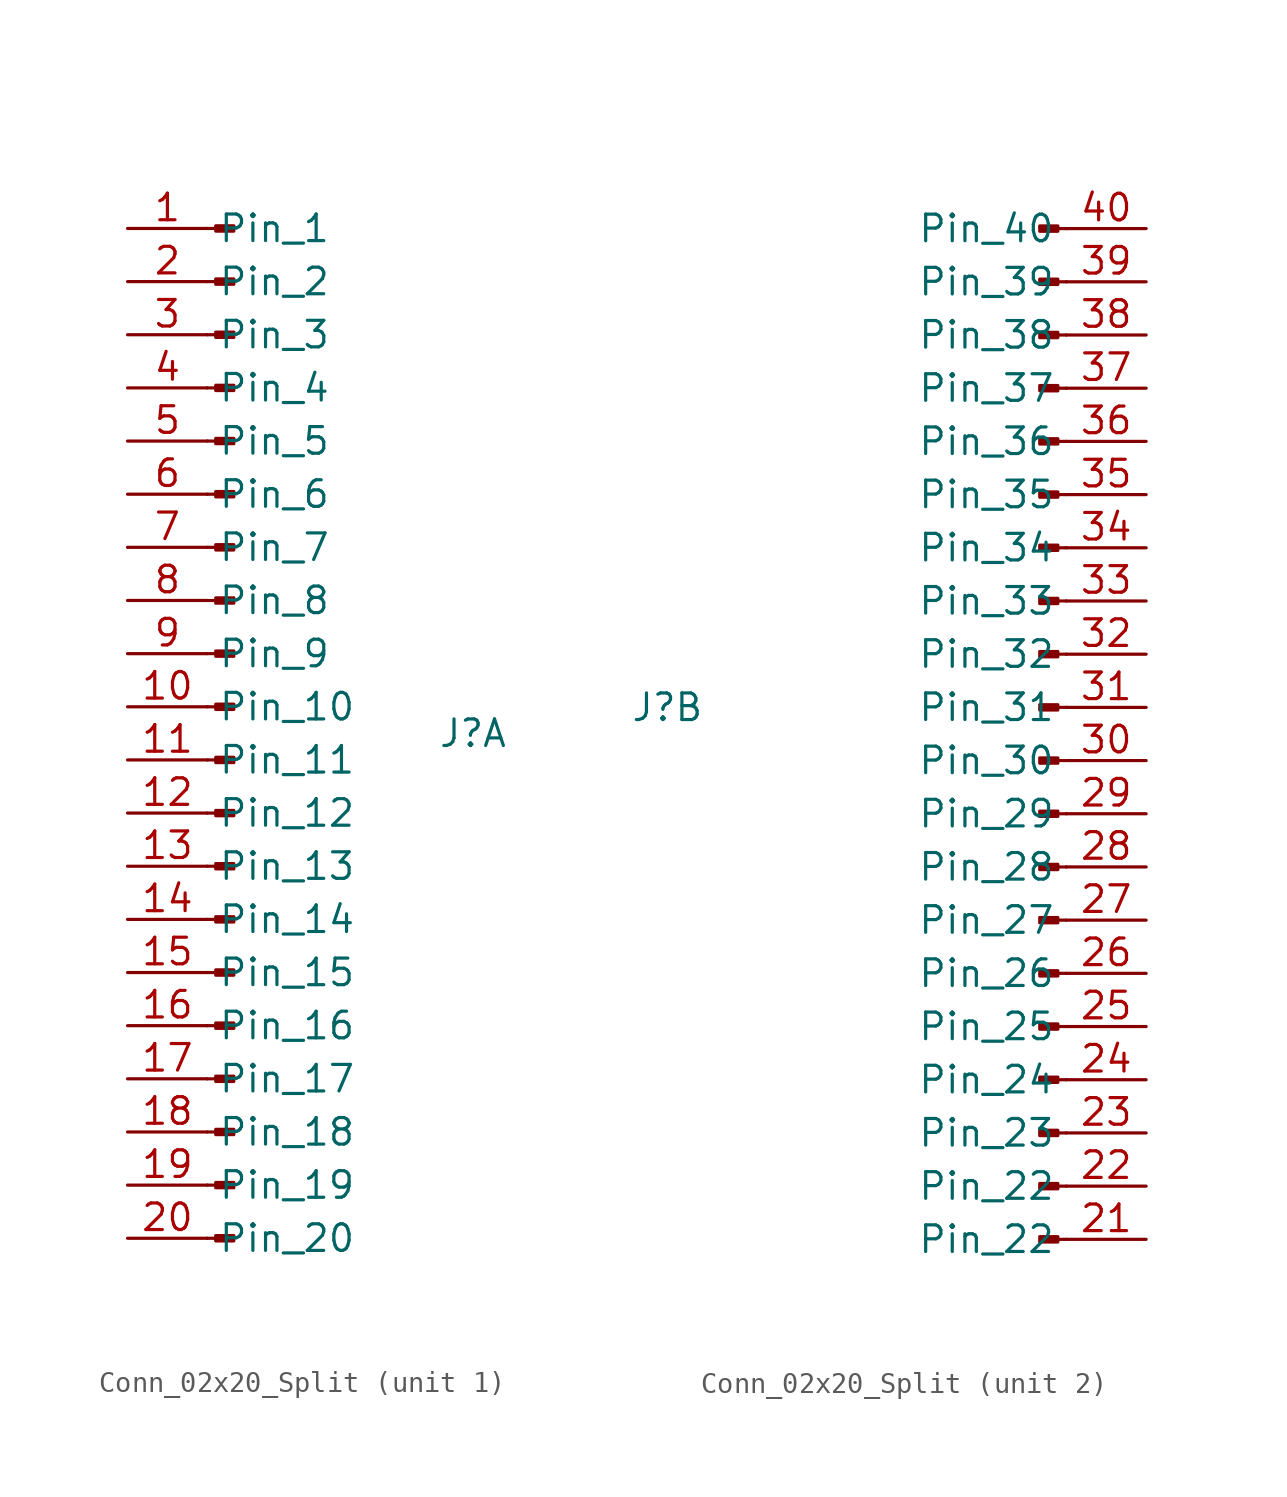
<source format=kicad_sym>
(kicad_symbol_lib
  (version 20241209)
  (generator "kicad_symbol_editor")
  (generator_version "9.0")
  (symbol "Conn_02x20_Split"
    (property "Reference" "J"
      (at 0 0 0)
      (effects (font (size 1.27 1.27))))
    (property "Value" ""
      (at 0 0 0)
      (effects (font (size 1.27 1.27))))
    (property "ki_locked" ""
      (at 0 0 0)
      (effects (font (size 1.27 1.27))))
    (symbol "Conn_02x20_Split_1_1"
      (polyline (pts (xy -12.7 24.13) (xy -12.294 24.13)) (stroke (width 0.152) (type default)) (fill (type none)))
      (polyline (pts (xy -12.7 21.59) (xy -12.294 21.59)) (stroke (width 0.152) (type default)) (fill (type none)))
      (polyline (pts (xy -12.7 19.05) (xy -12.294 19.05)) (stroke (width 0.152) (type default)) (fill (type none)))
      (polyline (pts (xy -12.7 16.51) (xy -12.294 16.51)) (stroke (width 0.152) (type default)) (fill (type none)))
      (polyline (pts (xy -12.7 13.97) (xy -12.294 13.97)) (stroke (width 0.152) (type default)) (fill (type none)))
      (polyline (pts (xy -12.7 11.43) (xy -12.294 11.43)) (stroke (width 0.152) (type default)) (fill (type none)))
      (polyline (pts (xy -12.7 8.89) (xy -12.294 8.89)) (stroke (width 0.152) (type default)) (fill (type none)))
      (polyline (pts (xy -12.7 6.35) (xy -12.294 6.35)) (stroke (width 0.152) (type default)) (fill (type none)))
      (polyline (pts (xy -12.7 3.81) (xy -12.294 3.81)) (stroke (width 0.152) (type default)) (fill (type none)))
      (polyline (pts (xy -12.7 1.27) (xy -12.294 1.27)) (stroke (width 0.152) (type default)) (fill (type none)))
      (polyline (pts (xy -12.7 -1.27) (xy -12.294 -1.27)) (stroke (width 0.152) (type default)) (fill (type none)))
      (polyline (pts (xy -12.7 -3.81) (xy -12.294 -3.81)) (stroke (width 0.152) (type default)) (fill (type none)))
      (polyline (pts (xy -12.7 -6.35) (xy -12.294 -6.35)) (stroke (width 0.152) (type default)) (fill (type none)))
      (polyline (pts (xy -12.7 -8.89) (xy -12.294 -8.89)) (stroke (width 0.152) (type default)) (fill (type none)))
      (polyline (pts (xy -12.7 -11.43) (xy -12.294 -11.43)) (stroke (width 0.152) (type default)) (fill (type none)))
      (polyline (pts (xy -12.7 -13.97) (xy -12.294 -13.97)) (stroke (width 0.152) (type default)) (fill (type none)))
      (polyline (pts (xy -12.7 -16.51) (xy -12.294 -16.51)) (stroke (width 0.152) (type default)) (fill (type none)))
      (polyline (pts (xy -12.7 -19.05) (xy -12.294 -19.05)) (stroke (width 0.152) (type default)) (fill (type none)))
      (polyline (pts (xy -12.7 -21.59) (xy -12.294 -21.59)) (stroke (width 0.152) (type default)) (fill (type none)))
      (polyline (pts (xy -12.7 -24.13) (xy -12.294 -24.13)) (stroke (width 0.152) (type default)) (fill (type none)))
      (rectangle (start -12.294 24.257) (end -11.43 24.003) (stroke (width 0.152) (type default)) (fill (type outline)))
      (rectangle (start -12.294 21.717) (end -11.43 21.463) (stroke (width 0.152) (type default)) (fill (type outline)))
      (rectangle (start -12.294 19.177) (end -11.43 18.923) (stroke (width 0.152) (type default)) (fill (type outline)))
      (rectangle (start -12.294 16.637) (end -11.43 16.383) (stroke (width 0.152) (type default)) (fill (type outline)))
      (rectangle (start -12.294 14.097) (end -11.43 13.843) (stroke (width 0.152) (type default)) (fill (type outline)))
      (rectangle (start -12.294 11.557) (end -11.43 11.303) (stroke (width 0.152) (type default)) (fill (type outline)))
      (rectangle (start -12.294 9.017) (end -11.43 8.763) (stroke (width 0.152) (type default)) (fill (type outline)))
      (rectangle (start -12.294 6.477) (end -11.43 6.223) (stroke (width 0.152) (type default)) (fill (type outline)))
      (rectangle (start -12.294 3.937) (end -11.43 3.683) (stroke (width 0.152) (type default)) (fill (type outline)))
      (rectangle (start -12.294 1.397) (end -11.43 1.143) (stroke (width 0.152) (type default)) (fill (type outline)))
      (rectangle (start -12.294 -1.143) (end -11.43 -1.397) (stroke (width 0.152) (type default)) (fill (type outline)))
      (rectangle (start -12.294 -3.683) (end -11.43 -3.937) (stroke (width 0.152) (type default)) (fill (type outline)))
      (rectangle (start -12.294 -6.223) (end -11.43 -6.477) (stroke (width 0.152) (type default)) (fill (type outline)))
      (rectangle (start -12.294 -8.763) (end -11.43 -9.017) (stroke (width 0.152) (type default)) (fill (type outline)))
      (rectangle (start -12.294 -11.303) (end -11.43 -11.557) (stroke (width 0.152) (type default)) (fill (type outline)))
      (rectangle (start -12.294 -13.843) (end -11.43 -14.097) (stroke (width 0.152) (type default)) (fill (type outline)))
      (rectangle (start -12.294 -16.383) (end -11.43 -16.637) (stroke (width 0.152) (type default)) (fill (type outline)))
      (rectangle (start -12.294 -18.923) (end -11.43 -19.177) (stroke (width 0.152) (type default)) (fill (type outline)))
      (rectangle (start -12.294 -21.463) (end -11.43 -21.717) (stroke (width 0.152) (type default)) (fill (type outline)))
      (rectangle (start -12.294 -24.003) (end -11.43 -24.257) (stroke (width 0.152) (type default)) (fill (type outline)))
      (pin passive line (at -16.51 24.13 0) (length 3.81) (name "Pin_1" (effects (font (size 1.27 1.27)))) (number "1" (effects (font (size 1.27 1.27)))))
      (pin passive line (at -16.51 21.59 0) (length 3.81) (name "Pin_2" (effects (font (size 1.27 1.27)))) (number "2" (effects (font (size 1.27 1.27)))))
      (pin passive line (at -16.51 19.05 0) (length 3.81) (name "Pin_3" (effects (font (size 1.27 1.27)))) (number "3" (effects (font (size 1.27 1.27)))))
      (pin passive line (at -16.51 16.51 0) (length 3.81) (name "Pin_4" (effects (font (size 1.27 1.27)))) (number "4" (effects (font (size 1.27 1.27)))))
      (pin passive line (at -16.51 13.97 0) (length 3.81) (name "Pin_5" (effects (font (size 1.27 1.27)))) (number "5" (effects (font (size 1.27 1.27)))))
      (pin passive line (at -16.51 11.43 0) (length 3.81) (name "Pin_6" (effects (font (size 1.27 1.27)))) (number "6" (effects (font (size 1.27 1.27)))))
      (pin passive line (at -16.51 8.89 0) (length 3.81) (name "Pin_7" (effects (font (size 1.27 1.27)))) (number "7" (effects (font (size 1.27 1.27)))))
      (pin passive line (at -16.51 6.35 0) (length 3.81) (name "Pin_8" (effects (font (size 1.27 1.27)))) (number "8" (effects (font (size 1.27 1.27)))))
      (pin passive line (at -16.51 3.81 0) (length 3.81) (name "Pin_9" (effects (font (size 1.27 1.27)))) (number "9" (effects (font (size 1.27 1.27)))))
      (pin passive line (at -16.51 1.27 0) (length 3.81) (name "Pin_10" (effects (font (size 1.27 1.27)))) (number "10" (effects (font (size 1.27 1.27)))))
      (pin passive line (at -16.51 -1.27 0) (length 3.81) (name "Pin_11" (effects (font (size 1.27 1.27)))) (number "11" (effects (font (size 1.27 1.27)))))
      (pin passive line (at -16.51 -3.81 0) (length 3.81) (name "Pin_12" (effects (font (size 1.27 1.27)))) (number "12" (effects (font (size 1.27 1.27)))))
      (pin passive line (at -16.51 -6.35 0) (length 3.81) (name "Pin_13" (effects (font (size 1.27 1.27)))) (number "13" (effects (font (size 1.27 1.27)))))
      (pin passive line (at -16.51 -8.89 0) (length 3.81) (name "Pin_14" (effects (font (size 1.27 1.27)))) (number "14" (effects (font (size 1.27 1.27)))))
      (pin passive line (at -16.51 -11.43 0) (length 3.81) (name "Pin_15" (effects (font (size 1.27 1.27)))) (number "15" (effects (font (size 1.27 1.27)))))
      (pin passive line (at -16.51 -13.97 0) (length 3.81) (name "Pin_16" (effects (font (size 1.27 1.27)))) (number "16" (effects (font (size 1.27 1.27)))))
      (pin passive line (at -16.51 -16.51 0) (length 3.81) (name "Pin_17" (effects (font (size 1.27 1.27)))) (number "17" (effects (font (size 1.27 1.27)))))
      (pin passive line (at -16.51 -19.05 0) (length 3.81) (name "Pin_18" (effects (font (size 1.27 1.27)))) (number "18" (effects (font (size 1.27 1.27)))))
      (pin passive line (at -16.51 -21.59 0) (length 3.81) (name "Pin_19" (effects (font (size 1.27 1.27)))) (number "19" (effects (font (size 1.27 1.27)))))
      (pin passive line (at -16.51 -24.13 0) (length 3.81) (name "Pin_20" (effects (font (size 1.27 1.27)))) (number "20" (effects (font (size 1.27 1.27))))))
    (symbol "Conn_02x20_Split_2_1"
      (rectangle (start 18.644 22.987) (end 17.78 22.733) (stroke (width 0.152) (type default)) (fill (type outline)))
      (rectangle (start 18.644 20.447) (end 17.78 20.193) (stroke (width 0.152) (type default)) (fill (type outline)))
      (rectangle (start 18.644 17.907) (end 17.78 17.653) (stroke (width 0.152) (type default)) (fill (type outline)))
      (rectangle (start 18.644 15.367) (end 17.78 15.113) (stroke (width 0.152) (type default)) (fill (type outline)))
      (rectangle (start 18.644 12.827) (end 17.78 12.573) (stroke (width 0.152) (type default)) (fill (type outline)))
      (rectangle (start 18.644 10.287) (end 17.78 10.033) (stroke (width 0.152) (type default)) (fill (type outline)))
      (rectangle (start 18.644 7.747) (end 17.78 7.493) (stroke (width 0.152) (type default)) (fill (type outline)))
      (rectangle (start 18.644 5.207) (end 17.78 4.953) (stroke (width 0.152) (type default)) (fill (type outline)))
      (rectangle (start 18.644 2.667) (end 17.78 2.413) (stroke (width 0.152) (type default)) (fill (type outline)))
      (rectangle (start 18.644 0.127) (end 17.78 -0.127) (stroke (width 0.152) (type default)) (fill (type outline)))
      (rectangle (start 18.644 -2.413) (end 17.78 -2.667) (stroke (width 0.152) (type default)) (fill (type outline)))
      (rectangle (start 18.644 -4.953) (end 17.78 -5.207) (stroke (width 0.152) (type default)) (fill (type outline)))
      (rectangle (start 18.644 -7.493) (end 17.78 -7.747) (stroke (width 0.152) (type default)) (fill (type outline)))
      (rectangle (start 18.644 -10.033) (end 17.78 -10.287) (stroke (width 0.152) (type default)) (fill (type outline)))
      (rectangle (start 18.644 -12.573) (end 17.78 -12.827) (stroke (width 0.152) (type default)) (fill (type outline)))
      (rectangle (start 18.644 -15.113) (end 17.78 -15.367) (stroke (width 0.152) (type default)) (fill (type outline)))
      (rectangle (start 18.644 -17.653) (end 17.78 -17.907) (stroke (width 0.152) (type default)) (fill (type outline)))
      (rectangle (start 18.644 -20.193) (end 17.78 -20.447) (stroke (width 0.152) (type default)) (fill (type outline)))
      (rectangle (start 18.644 -22.733) (end 17.78 -22.987) (stroke (width 0.152) (type default)) (fill (type outline)))
      (rectangle (start 18.644 -25.273) (end 17.78 -25.527) (stroke (width 0.152) (type default)) (fill (type outline)))
      (polyline (pts (xy 19.05 22.86) (xy 18.644 22.86)) (stroke (width 0.152) (type default)) (fill (type none)))
      (polyline (pts (xy 19.05 20.32) (xy 18.644 20.32)) (stroke (width 0.152) (type default)) (fill (type none)))
      (polyline (pts (xy 19.05 17.78) (xy 18.644 17.78)) (stroke (width 0.152) (type default)) (fill (type none)))
      (polyline (pts (xy 19.05 15.24) (xy 18.644 15.24)) (stroke (width 0.152) (type default)) (fill (type none)))
      (polyline (pts (xy 19.05 12.7) (xy 18.644 12.7)) (stroke (width 0.152) (type default)) (fill (type none)))
      (polyline (pts (xy 19.05 10.16) (xy 18.644 10.16)) (stroke (width 0.152) (type default)) (fill (type none)))
      (polyline (pts (xy 19.05 7.62) (xy 18.644 7.62)) (stroke (width 0.152) (type default)) (fill (type none)))
      (polyline (pts (xy 19.05 5.08) (xy 18.644 5.08)) (stroke (width 0.152) (type default)) (fill (type none)))
      (polyline (pts (xy 19.05 2.54) (xy 18.644 2.54)) (stroke (width 0.152) (type default)) (fill (type none)))
      (polyline (pts (xy 19.05 0) (xy 18.644 0)) (stroke (width 0.152) (type default)) (fill (type none)))
      (polyline (pts (xy 19.05 -2.54) (xy 18.644 -2.54)) (stroke (width 0.152) (type default)) (fill (type none)))
      (polyline (pts (xy 19.05 -5.08) (xy 18.644 -5.08)) (stroke (width 0.152) (type default)) (fill (type none)))
      (polyline (pts (xy 19.05 -7.62) (xy 18.644 -7.62)) (stroke (width 0.152) (type default)) (fill (type none)))
      (polyline (pts (xy 19.05 -10.16) (xy 18.644 -10.16)) (stroke (width 0.152) (type default)) (fill (type none)))
      (polyline (pts (xy 19.05 -12.7) (xy 18.644 -12.7)) (stroke (width 0.152) (type default)) (fill (type none)))
      (polyline (pts (xy 19.05 -15.24) (xy 18.644 -15.24)) (stroke (width 0.152) (type default)) (fill (type none)))
      (polyline (pts (xy 19.05 -17.78) (xy 18.644 -17.78)) (stroke (width 0.152) (type default)) (fill (type none)))
      (polyline (pts (xy 19.05 -20.32) (xy 18.644 -20.32)) (stroke (width 0.152) (type default)) (fill (type none)))
      (polyline (pts (xy 19.05 -22.86) (xy 18.644 -22.86)) (stroke (width 0.152) (type default)) (fill (type none)))
      (polyline (pts (xy 19.05 -25.4) (xy 18.644 -25.4)) (stroke (width 0.152) (type default)) (fill (type none)))
      (pin passive line (at 22.86 22.86 180) (length 3.81) (name "Pin_40" (effects (font (size 1.27 1.27)))) (number "40" (effects (font (size 1.27 1.27)))))
      (pin passive line (at 22.86 20.32 180) (length 3.81) (name "Pin_39" (effects (font (size 1.27 1.27)))) (number "39" (effects (font (size 1.27 1.27)))))
      (pin passive line (at 22.86 17.78 180) (length 3.81) (name "Pin_38" (effects (font (size 1.27 1.27)))) (number "38" (effects (font (size 1.27 1.27)))))
      (pin passive line (at 22.86 15.24 180) (length 3.81) (name "Pin_37" (effects (font (size 1.27 1.27)))) (number "37" (effects (font (size 1.27 1.27)))))
      (pin passive line (at 22.86 12.7 180) (length 3.81) (name "Pin_36" (effects (font (size 1.27 1.27)))) (number "36" (effects (font (size 1.27 1.27)))))
      (pin passive line (at 22.86 10.16 180) (length 3.81) (name "Pin_35" (effects (font (size 1.27 1.27)))) (number "35" (effects (font (size 1.27 1.27)))))
      (pin passive line (at 22.86 7.62 180) (length 3.81) (name "Pin_34" (effects (font (size 1.27 1.27)))) (number "34" (effects (font (size 1.27 1.27)))))
      (pin passive line (at 22.86 5.08 180) (length 3.81) (name "Pin_33" (effects (font (size 1.27 1.27)))) (number "33" (effects (font (size 1.27 1.27)))))
      (pin passive line (at 22.86 2.54 180) (length 3.81) (name "Pin_32" (effects (font (size 1.27 1.27)))) (number "32" (effects (font (size 1.27 1.27)))))
      (pin passive line (at 22.86 0 180) (length 3.81) (name "Pin_31" (effects (font (size 1.27 1.27)))) (number "31" (effects (font (size 1.27 1.27)))))
      (pin passive line (at 22.86 -2.54 180) (length 3.81) (name "Pin_30" (effects (font (size 1.27 1.27)))) (number "30" (effects (font (size 1.27 1.27)))))
      (pin passive line (at 22.86 -5.08 180) (length 3.81) (name "Pin_29" (effects (font (size 1.27 1.27)))) (number "29" (effects (font (size 1.27 1.27)))))
      (pin passive line (at 22.86 -7.62 180) (length 3.81) (name "Pin_28" (effects (font (size 1.27 1.27)))) (number "28" (effects (font (size 1.27 1.27)))))
      (pin passive line (at 22.86 -10.16 180) (length 3.81) (name "Pin_27" (effects (font (size 1.27 1.27)))) (number "27" (effects (font (size 1.27 1.27)))))
      (pin passive line (at 22.86 -12.7 180) (length 3.81) (name "Pin_26" (effects (font (size 1.27 1.27)))) (number "26" (effects (font (size 1.27 1.27)))))
      (pin passive line (at 22.86 -15.24 180) (length 3.81) (name "Pin_25" (effects (font (size 1.27 1.27)))) (number "25" (effects (font (size 1.27 1.27)))))
      (pin passive line (at 22.86 -17.78 180) (length 3.81) (name "Pin_24" (effects (font (size 1.27 1.27)))) (number "24" (effects (font (size 1.27 1.27)))))
      (pin passive line (at 22.86 -20.32 180) (length 3.81) (name "Pin_23" (effects (font (size 1.27 1.27)))) (number "23" (effects (font (size 1.27 1.27)))))
      (pin passive line (at 22.86 -22.86 180) (length 3.81) (name "Pin_22" (effects (font (size 1.27 1.27)))) (number "22" (effects (font (size 1.27 1.27)))))
      (pin passive line (at 22.86 -25.4 180) (length 3.81) (name "Pin_22" (effects (font (size 1.27 1.27)))) (number "21" (effects (font (size 1.27 1.27))))))))
</source>
